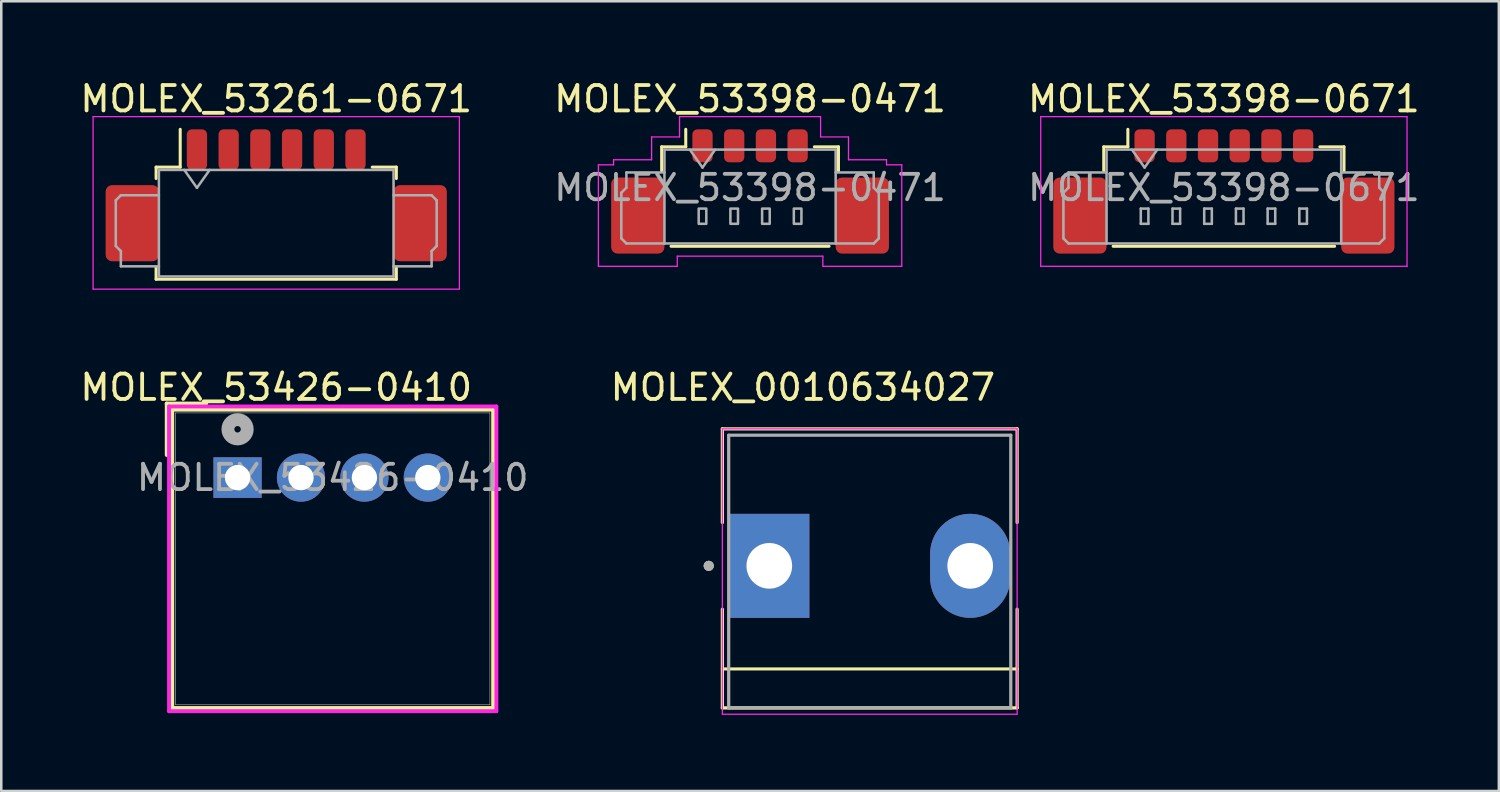
<source format=kicad_pcb>
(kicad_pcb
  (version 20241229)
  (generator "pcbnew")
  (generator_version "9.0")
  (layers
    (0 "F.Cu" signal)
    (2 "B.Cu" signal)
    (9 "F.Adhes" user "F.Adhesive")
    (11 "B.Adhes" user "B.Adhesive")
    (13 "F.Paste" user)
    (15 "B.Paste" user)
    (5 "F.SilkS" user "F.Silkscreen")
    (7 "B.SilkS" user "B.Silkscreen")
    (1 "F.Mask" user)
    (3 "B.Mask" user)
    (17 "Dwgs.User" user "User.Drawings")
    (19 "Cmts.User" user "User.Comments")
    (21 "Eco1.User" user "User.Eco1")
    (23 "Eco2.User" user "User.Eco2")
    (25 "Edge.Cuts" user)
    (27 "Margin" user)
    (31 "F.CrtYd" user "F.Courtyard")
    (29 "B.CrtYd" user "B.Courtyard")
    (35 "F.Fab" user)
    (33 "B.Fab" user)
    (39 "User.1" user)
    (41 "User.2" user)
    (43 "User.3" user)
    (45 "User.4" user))
  (footprint "MOLEX_0010634027"
    (layer "F.Cu")
    (at 31.236 19.256)
    (property "Reference" "MOLEX_0010634027" (at -2.635 -7.035 0) (layer "F.SilkS") (effects (font (size 1 1) (thickness 0.15))))
    (attr through_hole)
    (fp_line (start -5.81 -5.4) (end -5.81 -1.708) (stroke (width 0.127) (type solid)) (layer "F.SilkS"))
    (fp_line (start -5.81 4.064) (end 5.81 4.064) (stroke (width 0.12) (type solid)) (layer "F.SilkS"))
    (fp_line (start -5.81 5.6) (end -5.81 1.708) (stroke (width 0.127) (type solid)) (layer "F.SilkS"))
    (fp_line (start -5.81 5.6) (end 5.81 5.6) (stroke (width 0.127) (type solid)) (layer "F.SilkS"))
    (fp_line (start 5.81 -5.4) (end -5.81 -5.4) (stroke (width 0.127) (type solid)) (layer "F.SilkS"))
    (fp_line (start 5.81 -1.708) (end 5.81 -5.4) (stroke (width 0.127) (type solid)) (layer "F.SilkS"))
    (fp_line (start 5.81 5.6) (end 5.81 1.708) (stroke (width 0.127) (type solid)) (layer "F.SilkS"))
    (fp_circle (center -6.348 0) (end -6.247 0) (stroke (width 0.2) (type solid)) (fill no) (layer "F.SilkS"))
    (fp_line (start -5.81 -5.4) (end -5.81 5.85) (stroke (width 0.05) (type solid)) (layer "F.CrtYd"))
    (fp_line (start -5.81 5.85) (end 5.81 5.85) (stroke (width 0.05) (type solid)) (layer "F.CrtYd"))
    (fp_line (start 5.81 -5.4) (end -5.81 -5.4) (stroke (width 0.05) (type solid)) (layer "F.CrtYd"))
    (fp_line (start 5.81 5.85) (end 5.81 -5.4) (stroke (width 0.05) (type solid)) (layer "F.CrtYd"))
    (fp_line (start -5.56 -5.15) (end -5.56 5.6) (stroke (width 0.127) (type solid)) (layer "F.Fab"))
    (fp_line (start -5.56 5.6) (end 5.56 5.6) (stroke (width 0.127) (type solid)) (layer "F.Fab"))
    (fp_line (start 5.56 -5.15) (end -5.56 -5.15) (stroke (width 0.127) (type solid)) (layer "F.Fab"))
    (fp_line (start 5.56 5.6) (end 5.56 -5.15) (stroke (width 0.127) (type solid)) (layer "F.Fab"))
    (fp_circle (center -6.348 0) (end -6.247 0) (stroke (width 0.2) (type solid)) (fill no) (layer "F.Fab"))
    (pad "1" thru_hole rect (at -3.96 0) (size 3.16 4.1) (drill 1.8) (layers "*.Cu" "*.Mask"))
    (pad "2" thru_hole oval (at 3.96 0) (size 3.16 4.1) (drill 1.8) (layers "*.Cu" "*.Mask")))
  (footprint "MOLEX_53261-0671"
    (layer "F.Cu")
    (at 7.839 5.248)
    (property "Reference" "MOLEX_53261-0671" (at 0 -4.4 0) (layer "F.SilkS") (effects (font (size 1 1) (thickness 0.15))))
    (attr smd)
    (fp_line (start -4.735 -1.71) (end -3.785 -1.71) (stroke (width 0.12) (type solid)) (layer "F.SilkS"))
    (fp_line (start -4.735 -1.26) (end -4.735 -1.71) (stroke (width 0.12) (type solid)) (layer "F.SilkS"))
    (fp_line (start -4.735 2.26) (end -4.735 2.71) (stroke (width 0.12) (type solid)) (layer "F.SilkS"))
    (fp_line (start -4.735 2.71) (end 4.735 2.71) (stroke (width 0.12) (type solid)) (layer "F.SilkS"))
    (fp_line (start -3.785 -1.71) (end -3.785 -3.2) (stroke (width 0.12) (type solid)) (layer "F.SilkS"))
    (fp_line (start 4.735 -1.71) (end 3.785 -1.71) (stroke (width 0.12) (type solid)) (layer "F.SilkS"))
    (fp_line (start 4.735 -1.26) (end 4.735 -1.71) (stroke (width 0.12) (type solid)) (layer "F.SilkS"))
    (fp_line (start 4.735 2.71) (end 4.735 2.26) (stroke (width 0.12) (type solid)) (layer "F.SilkS"))
    (fp_line (start -7.22 -3.7) (end -7.22 3.1) (stroke (width 0.05) (type solid)) (layer "F.CrtYd"))
    (fp_line (start -7.22 3.1) (end 7.22 3.1) (stroke (width 0.05) (type solid)) (layer "F.CrtYd"))
    (fp_line (start 7.22 -3.7) (end -7.22 -3.7) (stroke (width 0.05) (type solid)) (layer "F.CrtYd"))
    (fp_line (start 7.22 3.1) (end 7.22 -3.7) (stroke (width 0.05) (type solid)) (layer "F.CrtYd"))
    (fp_line (start -6.325 -0.4) (end -6.325 1.4) (stroke (width 0.1) (type solid)) (layer "F.Fab"))
    (fp_line (start -6.325 1.4) (end -6.125 1.6) (stroke (width 0.1) (type solid)) (layer "F.Fab"))
    (fp_line (start -6.125 -0.6) (end -6.325 -0.4) (stroke (width 0.1) (type solid)) (layer "F.Fab"))
    (fp_line (start -6.125 1.6) (end -6.125 2.2) (stroke (width 0.1) (type solid)) (layer "F.Fab"))
    (fp_line (start -6.125 2.2) (end -4.625 2.2) (stroke (width 0.1) (type solid)) (layer "F.Fab"))
    (fp_line (start -4.625 -1.6) (end -4.625 2.6) (stroke (width 0.1) (type solid)) (layer "F.Fab"))
    (fp_line (start -4.625 -1.6) (end 4.625 -1.6) (stroke (width 0.1) (type solid)) (layer "F.Fab"))
    (fp_line (start -4.625 -0.6) (end -6.125 -0.6) (stroke (width 0.1) (type solid)) (layer "F.Fab"))
    (fp_line (start -4.625 2.6) (end 4.625 2.6) (stroke (width 0.1) (type solid)) (layer "F.Fab"))
    (fp_line (start -3.625 -1.6) (end -3.125 -0.893) (stroke (width 0.1) (type solid)) (layer "F.Fab"))
    (fp_line (start -3.125 -0.893) (end -2.625 -1.6) (stroke (width 0.1) (type solid)) (layer "F.Fab"))
    (fp_line (start 4.625 -1.6) (end 4.625 2.6) (stroke (width 0.1) (type solid)) (layer "F.Fab"))
    (fp_line (start 4.625 -0.6) (end 6.125 -0.6) (stroke (width 0.1) (type solid)) (layer "F.Fab"))
    (fp_line (start 6.125 -0.6) (end 6.325 -0.4) (stroke (width 0.1) (type solid)) (layer "F.Fab"))
    (fp_line (start 6.125 1.6) (end 6.125 2.2) (stroke (width 0.1) (type solid)) (layer "F.Fab"))
    (fp_line (start 6.125 2.2) (end 4.625 2.2) (stroke (width 0.1) (type solid)) (layer "F.Fab"))
    (fp_line (start 6.325 -0.4) (end 6.325 1.4) (stroke (width 0.1) (type solid)) (layer "F.Fab"))
    (fp_line (start 6.325 1.4) (end 6.125 1.6) (stroke (width 0.1) (type solid)) (layer "F.Fab"))
    (pad "1" smd roundrect (at -3.125 -2.4) (size 0.8 1.6) (layers "F.Cu" "F.Mask" "F.Paste") (roundrect_rratio 0.25))
    (pad "2" smd roundrect (at -1.875 -2.4) (size 0.8 1.6) (layers "F.Cu" "F.Mask" "F.Paste") (roundrect_rratio 0.25))
    (pad "3" smd roundrect (at -0.625 -2.4) (size 0.8 1.6) (layers "F.Cu" "F.Mask" "F.Paste") (roundrect_rratio 0.25))
    (pad "4" smd roundrect (at 0.625 -2.4) (size 0.8 1.6) (layers "F.Cu" "F.Mask" "F.Paste") (roundrect_rratio 0.25))
    (pad "5" smd roundrect (at 1.875 -2.4) (size 0.8 1.6) (layers "F.Cu" "F.Mask" "F.Paste") (roundrect_rratio 0.25))
    (pad "6" smd roundrect (at 3.125 -2.4) (size 0.8 1.6) (layers "F.Cu" "F.Mask" "F.Paste") (roundrect_rratio 0.25))
    (pad "MP" smd roundrect (at -5.675 0.5) (size 2.1 3) (layers "F.Cu" "F.Mask" "F.Paste") (roundrect_rratio 0.119))
    (pad "MP" smd roundrect (at 5.675 0.5) (size 2.1 3) (layers "F.Cu" "F.Mask" "F.Paste") (roundrect_rratio 0.119)))
  (footprint "MOLEX_53426-0410"
    (layer "F.Cu")
    (at 6.315 15.777)
    (property "Reference" "MOLEX_53426-0410" (at 1.524 -3.556 0) (unlocked yes) (layer "F.SilkS") (effects (font (size 1 1) (thickness 0.15))))
    (attr through_hole)
    (fp_line (start -2.794 -2.921) (end -2.794 -0.889) (stroke (width 0.15) (type solid)) (layer "F.SilkS"))
    (fp_line (start -2.794 -2.921) (end -1.235 -2.921) (stroke (width 0.15) (type solid)) (layer "F.SilkS"))
    (fp_line (start -2.575 -2.677) (end -2.575 9.083) (stroke (width 0.152) (type solid)) (layer "F.SilkS"))
    (fp_line (start -2.575 9.083) (end 10.075 9.083) (stroke (width 0.152) (type solid)) (layer "F.SilkS"))
    (fp_line (start 10.075 -2.677) (end -2.575 -2.677) (stroke (width 0.152) (type solid)) (layer "F.SilkS"))
    (fp_line (start 10.075 9.083) (end 10.075 -2.677) (stroke (width 0.152) (type solid)) (layer "F.SilkS"))
    (fp_line (start -2.702 -2.804) (end -2.702 9.21) (stroke (width 0.152) (type solid)) (layer "F.CrtYd"))
    (fp_line (start -2.702 9.21) (end 10.202 9.21) (stroke (width 0.152) (type solid)) (layer "F.CrtYd"))
    (fp_line (start 10.202 -2.804) (end -2.702 -2.804) (stroke (width 0.152) (type solid)) (layer "F.CrtYd"))
    (fp_line (start 10.202 9.21) (end 10.202 -2.804) (stroke (width 0.152) (type solid)) (layer "F.CrtYd"))
    (fp_line (start -2.448 -2.55) (end -2.448 8.956) (stroke (width 0.025) (type solid)) (layer "F.Fab"))
    (fp_line (start -2.448 8.956) (end 9.948 8.956) (stroke (width 0.025) (type solid)) (layer "F.Fab"))
    (fp_line (start 9.948 -2.55) (end -2.448 -2.55) (stroke (width 0.025) (type solid)) (layer "F.Fab"))
    (fp_line (start 9.948 8.956) (end 9.948 -2.55) (stroke (width 0.025) (type solid)) (layer "F.Fab"))
    (fp_circle (center 0 -1.905) (end 0.381 -1.905) (stroke (width 0.508) (type solid)) (fill no) (layer "F.Fab"))
    (fp_text user "${REFERENCE}" (at 3.75 0 0) (unlocked yes) (layer "F.Fab") (effects (font (size 1 1) (thickness 0.15))))
    (pad "1" thru_hole rect (at 0 0) (size 1.9 1.6) (drill 1) (layers "*.Cu" "*.Mask"))
    (pad "2" thru_hole circle (at 2.5 0) (size 1.9 1.9) (drill 1) (layers "*.Cu" "*.Mask"))
    (pad "3" thru_hole circle (at 5 0) (size 1.9 1.9) (drill 1) (layers "*.Cu" "*.Mask"))
    (pad "4" thru_hole circle (at 7.5 0) (size 1.9 1.9) (drill 1) (layers "*.Cu" "*.Mask")))
  (footprint "MOLEX_53398-0471"
    (layer "F.Cu")
    (at 26.518 3.948)
    (property "Reference" "MOLEX_53398-0471" (at 0 -3.1 0) (layer "F.SilkS") (effects (font (size 1 1) (thickness 0.15))))
    (attr smd)
    (fp_line (start -3.485 -1.21) (end -2.535 -1.21) (stroke (width 0.12) (type solid)) (layer "F.SilkS"))
    (fp_line (start -3.485 -0.26) (end -3.485 -1.21) (stroke (width 0.12) (type solid)) (layer "F.SilkS"))
    (fp_line (start -3.115 2.71) (end 3.115 2.71) (stroke (width 0.12) (type solid)) (layer "F.SilkS"))
    (fp_line (start -2.535 -1.21) (end -2.535 -1.9) (stroke (width 0.12) (type solid)) (layer "F.SilkS"))
    (fp_line (start 3.485 -1.21) (end 2.535 -1.21) (stroke (width 0.12) (type solid)) (layer "F.SilkS"))
    (fp_line (start 3.485 -0.26) (end 3.485 -1.21) (stroke (width 0.12) (type solid)) (layer "F.SilkS"))
    (fp_line (start -5.98 -0.5) (end -5.38 -0.5) (stroke (width 0.05) (type solid)) (layer "F.CrtYd"))
    (fp_line (start -5.98 3.5) (end -5.98 -0.5) (stroke (width 0.05) (type solid)) (layer "F.CrtYd"))
    (fp_line (start -5.38 -0.7) (end -3.88 -0.7) (stroke (width 0.05) (type solid)) (layer "F.CrtYd"))
    (fp_line (start -5.38 -0.5) (end -5.38 -0.7) (stroke (width 0.05) (type solid)) (layer "F.CrtYd"))
    (fp_line (start -3.88 -1.6) (end -2.78 -1.6) (stroke (width 0.05) (type solid)) (layer "F.CrtYd"))
    (fp_line (start -3.88 -0.7) (end -3.88 -1.6) (stroke (width 0.05) (type solid)) (layer "F.CrtYd"))
    (fp_line (start -2.87 3.1) (end -2.87 3.5) (stroke (width 0.05) (type solid)) (layer "F.CrtYd"))
    (fp_line (start -2.87 3.5) (end -5.98 3.5) (stroke (width 0.05) (type solid)) (layer "F.CrtYd"))
    (fp_line (start -2.78 -2.4) (end 2.78 -2.4) (stroke (width 0.05) (type solid)) (layer "F.CrtYd"))
    (fp_line (start -2.78 -1.6) (end -2.78 -2.4) (stroke (width 0.05) (type solid)) (layer "F.CrtYd"))
    (fp_line (start 2.78 -2.4) (end 2.78 -1.6) (stroke (width 0.05) (type solid)) (layer "F.CrtYd"))
    (fp_line (start 2.78 -1.6) (end 3.88 -1.6) (stroke (width 0.05) (type solid)) (layer "F.CrtYd"))
    (fp_line (start 2.87 3.1) (end -2.87 3.1) (stroke (width 0.05) (type solid)) (layer "F.CrtYd"))
    (fp_line (start 2.87 3.5) (end 2.87 3.1) (stroke (width 0.05) (type solid)) (layer "F.CrtYd"))
    (fp_line (start 3.88 -1.6) (end 3.88 -0.7) (stroke (width 0.05) (type solid)) (layer "F.CrtYd"))
    (fp_line (start 3.88 -0.7) (end 5.38 -0.7) (stroke (width 0.05) (type solid)) (layer "F.CrtYd"))
    (fp_line (start 5.38 -0.7) (end 5.38 -0.5) (stroke (width 0.05) (type solid)) (layer "F.CrtYd"))
    (fp_line (start 5.38 -0.5) (end 5.98 -0.5) (stroke (width 0.05) (type solid)) (layer "F.CrtYd"))
    (fp_line (start 5.98 -0.5) (end 5.98 3.5) (stroke (width 0.05) (type solid)) (layer "F.CrtYd"))
    (fp_line (start 5.98 3.5) (end 2.87 3.5) (stroke (width 0.05) (type solid)) (layer "F.CrtYd"))
    (fp_line (start -5.075 0.6) (end -4.875 0.4) (stroke (width 0.1) (type solid)) (layer "F.Fab"))
    (fp_line (start -5.075 2.4) (end -5.075 0.6) (stroke (width 0.1) (type solid)) (layer "F.Fab"))
    (fp_line (start -4.875 -0.2) (end -3.375 -0.2) (stroke (width 0.1) (type solid)) (layer "F.Fab"))
    (fp_line (start -4.875 0.4) (end -4.875 -0.2) (stroke (width 0.1) (type solid)) (layer "F.Fab"))
    (fp_line (start -4.875 2.6) (end -5.075 2.4) (stroke (width 0.1) (type solid)) (layer "F.Fab"))
    (fp_line (start -3.375 -1.1) (end -3.375 2.6) (stroke (width 0.1) (type solid)) (layer "F.Fab"))
    (fp_line (start -3.375 -1.1) (end 3.375 -1.1) (stroke (width 0.1) (type solid)) (layer "F.Fab"))
    (fp_line (start -3.375 2.6) (end -4.875 2.6) (stroke (width 0.1) (type solid)) (layer "F.Fab"))
    (fp_line (start -3.375 2.6) (end 3.375 2.6) (stroke (width 0.1) (type solid)) (layer "F.Fab"))
    (fp_line (start -2.375 -1.1) (end -1.875 -0.393) (stroke (width 0.1) (type solid)) (layer "F.Fab"))
    (fp_line (start -1.875 -0.393) (end -1.375 -1.1) (stroke (width 0.1) (type solid)) (layer "F.Fab"))
    (fp_line (start 3.375 -1.1) (end 3.375 2.6) (stroke (width 0.1) (type solid)) (layer "F.Fab"))
    (fp_line (start 3.375 2.6) (end 4.875 2.6) (stroke (width 0.1) (type solid)) (layer "F.Fab"))
    (fp_line (start 4.875 -0.2) (end 3.375 -0.2) (stroke (width 0.1) (type solid)) (layer "F.Fab"))
    (fp_line (start 4.875 0.4) (end 4.875 -0.2) (stroke (width 0.1) (type solid)) (layer "F.Fab"))
    (fp_line (start 4.875 2.6) (end 5.075 2.4) (stroke (width 0.1) (type solid)) (layer "F.Fab"))
    (fp_line (start 5.075 0.6) (end 4.875 0.4) (stroke (width 0.1) (type solid)) (layer "F.Fab"))
    (fp_line (start 5.075 2.4) (end 5.075 0.6) (stroke (width 0.1) (type solid)) (layer "F.Fab"))
    (fp_rect (start -2.025 1.225) (end -1.725 1.825) (stroke (width 0.1) (type solid)) (fill no) (layer "F.Fab"))
    (fp_rect (start -0.775 1.225) (end -0.475 1.825) (stroke (width 0.1) (type solid)) (fill no) (layer "F.Fab"))
    (fp_rect (start 0.475 1.225) (end 0.775 1.825) (stroke (width 0.1) (type solid)) (fill no) (layer "F.Fab"))
    (fp_rect (start 1.725 1.225) (end 2.025 1.825) (stroke (width 0.1) (type solid)) (fill no) (layer "F.Fab"))
    (fp_text user "${REFERENCE}" (at 0 0.4 0) (layer "F.Fab") (effects (font (size 1 1) (thickness 0.15))))
    (pad "1" smd roundrect (at -1.875 -1.25) (size 0.8 1.3) (layers "F.Cu" "F.Mask" "F.Paste") (roundrect_rratio 0.25))
    (pad "2" smd roundrect (at -0.625 -1.25) (size 0.8 1.3) (layers "F.Cu" "F.Mask" "F.Paste") (roundrect_rratio 0.25))
    (pad "3" smd roundrect (at 0.625 -1.25) (size 0.8 1.3) (layers "F.Cu" "F.Mask" "F.Paste") (roundrect_rratio 0.25))
    (pad "4" smd roundrect (at 1.875 -1.25) (size 0.8 1.3) (layers "F.Cu" "F.Mask" "F.Paste") (roundrect_rratio 0.25))
    (pad "MP" smd roundrect (at -4.425 1.5) (size 2.1 3) (layers "F.Cu" "F.Mask" "F.Paste") (roundrect_rratio 0.119))
    (pad "MP" smd roundrect (at 4.425 1.5) (size 2.1 3) (layers "F.Cu" "F.Mask" "F.Paste") (roundrect_rratio 0.119)))
  (footprint "MOLEX_53398-0671"
    (layer "F.Cu")
    (at 45.196 3.948)
    (property "Reference" "MOLEX_53398-0671" (at 0 -3.1 0) (layer "F.SilkS") (effects (font (size 1 1) (thickness 0.15))))
    (attr smd)
    (fp_line (start -4.735 -1.21) (end -3.785 -1.21) (stroke (width 0.12) (type solid)) (layer "F.SilkS"))
    (fp_line (start -4.735 -0.26) (end -4.735 -1.21) (stroke (width 0.12) (type solid)) (layer "F.SilkS"))
    (fp_line (start -4.365 2.71) (end 4.365 2.71) (stroke (width 0.12) (type solid)) (layer "F.SilkS"))
    (fp_line (start -3.785 -1.21) (end -3.785 -1.9) (stroke (width 0.12) (type solid)) (layer "F.SilkS"))
    (fp_line (start 4.735 -1.21) (end 3.785 -1.21) (stroke (width 0.12) (type solid)) (layer "F.SilkS"))
    (fp_line (start 4.735 -0.26) (end 4.735 -1.21) (stroke (width 0.12) (type solid)) (layer "F.SilkS"))
    (fp_line (start -7.22 -2.4) (end -7.22 3.5) (stroke (width 0.05) (type solid)) (layer "F.CrtYd"))
    (fp_line (start -7.22 3.5) (end 7.22 3.5) (stroke (width 0.05) (type solid)) (layer "F.CrtYd"))
    (fp_line (start 7.22 -2.4) (end -7.22 -2.4) (stroke (width 0.05) (type solid)) (layer "F.CrtYd"))
    (fp_line (start 7.22 3.5) (end 7.22 -2.4) (stroke (width 0.05) (type solid)) (layer "F.CrtYd"))
    (fp_line (start -6.325 0.6) (end -6.125 0.4) (stroke (width 0.1) (type solid)) (layer "F.Fab"))
    (fp_line (start -6.325 2.4) (end -6.325 0.6) (stroke (width 0.1) (type solid)) (layer "F.Fab"))
    (fp_line (start -6.125 -0.2) (end -4.625 -0.2) (stroke (width 0.1) (type solid)) (layer "F.Fab"))
    (fp_line (start -6.125 0.4) (end -6.125 -0.2) (stroke (width 0.1) (type solid)) (layer "F.Fab"))
    (fp_line (start -6.125 2.6) (end -6.325 2.4) (stroke (width 0.1) (type solid)) (layer "F.Fab"))
    (fp_line (start -4.625 -1.1) (end -4.625 2.6) (stroke (width 0.1) (type solid)) (layer "F.Fab"))
    (fp_line (start -4.625 -1.1) (end 4.625 -1.1) (stroke (width 0.1) (type solid)) (layer "F.Fab"))
    (fp_line (start -4.625 2.6) (end -6.125 2.6) (stroke (width 0.1) (type solid)) (layer "F.Fab"))
    (fp_line (start -4.625 2.6) (end 4.625 2.6) (stroke (width 0.1) (type solid)) (layer "F.Fab"))
    (fp_line (start -3.625 -1.1) (end -3.125 -0.393) (stroke (width 0.1) (type solid)) (layer "F.Fab"))
    (fp_line (start -3.275 1.225) (end -3.275 1.825) (stroke (width 0.1) (type solid)) (layer "F.Fab"))
    (fp_line (start -3.275 1.825) (end -2.975 1.825) (stroke (width 0.1) (type solid)) (layer "F.Fab"))
    (fp_line (start -3.125 -0.393) (end -2.625 -1.1) (stroke (width 0.1) (type solid)) (layer "F.Fab"))
    (fp_line (start -2.975 1.225) (end -3.275 1.225) (stroke (width 0.1) (type solid)) (layer "F.Fab"))
    (fp_line (start -2.975 1.825) (end -2.975 1.225) (stroke (width 0.1) (type solid)) (layer "F.Fab"))
    (fp_line (start -2.025 1.225) (end -2.025 1.825) (stroke (width 0.1) (type solid)) (layer "F.Fab"))
    (fp_line (start -2.025 1.825) (end -1.725 1.825) (stroke (width 0.1) (type solid)) (layer "F.Fab"))
    (fp_line (start -1.725 1.225) (end -2.025 1.225) (stroke (width 0.1) (type solid)) (layer "F.Fab"))
    (fp_line (start -1.725 1.825) (end -1.725 1.225) (stroke (width 0.1) (type solid)) (layer "F.Fab"))
    (fp_line (start -0.775 1.225) (end -0.775 1.825) (stroke (width 0.1) (type solid)) (layer "F.Fab"))
    (fp_line (start -0.775 1.825) (end -0.475 1.825) (stroke (width 0.1) (type solid)) (layer "F.Fab"))
    (fp_line (start -0.475 1.225) (end -0.775 1.225) (stroke (width 0.1) (type solid)) (layer "F.Fab"))
    (fp_line (start -0.475 1.825) (end -0.475 1.225) (stroke (width 0.1) (type solid)) (layer "F.Fab"))
    (fp_line (start 0.475 1.225) (end 0.475 1.825) (stroke (width 0.1) (type solid)) (layer "F.Fab"))
    (fp_line (start 0.475 1.825) (end 0.775 1.825) (stroke (width 0.1) (type solid)) (layer "F.Fab"))
    (fp_line (start 0.775 1.225) (end 0.475 1.225) (stroke (width 0.1) (type solid)) (layer "F.Fab"))
    (fp_line (start 0.775 1.825) (end 0.775 1.225) (stroke (width 0.1) (type solid)) (layer "F.Fab"))
    (fp_line (start 1.725 1.225) (end 1.725 1.825) (stroke (width 0.1) (type solid)) (layer "F.Fab"))
    (fp_line (start 1.725 1.825) (end 2.025 1.825) (stroke (width 0.1) (type solid)) (layer "F.Fab"))
    (fp_line (start 2.025 1.225) (end 1.725 1.225) (stroke (width 0.1) (type solid)) (layer "F.Fab"))
    (fp_line (start 2.025 1.825) (end 2.025 1.225) (stroke (width 0.1) (type solid)) (layer "F.Fab"))
    (fp_line (start 2.975 1.225) (end 2.975 1.825) (stroke (width 0.1) (type solid)) (layer "F.Fab"))
    (fp_line (start 2.975 1.825) (end 3.275 1.825) (stroke (width 0.1) (type solid)) (layer "F.Fab"))
    (fp_line (start 3.275 1.225) (end 2.975 1.225) (stroke (width 0.1) (type solid)) (layer "F.Fab"))
    (fp_line (start 3.275 1.825) (end 3.275 1.225) (stroke (width 0.1) (type solid)) (layer "F.Fab"))
    (fp_line (start 4.625 -1.1) (end 4.625 2.6) (stroke (width 0.1) (type solid)) (layer "F.Fab"))
    (fp_line (start 4.625 2.6) (end 6.125 2.6) (stroke (width 0.1) (type solid)) (layer "F.Fab"))
    (fp_line (start 6.125 -0.2) (end 4.625 -0.2) (stroke (width 0.1) (type solid)) (layer "F.Fab"))
    (fp_line (start 6.125 0.4) (end 6.125 -0.2) (stroke (width 0.1) (type solid)) (layer "F.Fab"))
    (fp_line (start 6.125 2.6) (end 6.325 2.4) (stroke (width 0.1) (type solid)) (layer "F.Fab"))
    (fp_line (start 6.325 0.6) (end 6.125 0.4) (stroke (width 0.1) (type solid)) (layer "F.Fab"))
    (fp_line (start 6.325 2.4) (end 6.325 0.6) (stroke (width 0.1) (type solid)) (layer "F.Fab"))
    (fp_text user "${REFERENCE}" (at 0 0.4 0) (layer "F.Fab") (effects (font (size 1 1) (thickness 0.15))))
    (pad "1" smd roundrect (at -3.125 -1.25) (size 0.8 1.3) (layers "F.Cu" "F.Mask" "F.Paste") (roundrect_rratio 0.25))
    (pad "2" smd roundrect (at -1.875 -1.25) (size 0.8 1.3) (layers "F.Cu" "F.Mask" "F.Paste") (roundrect_rratio 0.25))
    (pad "3" smd roundrect (at -0.625 -1.25) (size 0.8 1.3) (layers "F.Cu" "F.Mask" "F.Paste") (roundrect_rratio 0.25))
    (pad "4" smd roundrect (at 0.625 -1.25) (size 0.8 1.3) (layers "F.Cu" "F.Mask" "F.Paste") (roundrect_rratio 0.25))
    (pad "5" smd roundrect (at 1.875 -1.25) (size 0.8 1.3) (layers "F.Cu" "F.Mask" "F.Paste") (roundrect_rratio 0.25))
    (pad "6" smd roundrect (at 3.125 -1.25) (size 0.8 1.3) (layers "F.Cu" "F.Mask" "F.Paste") (roundrect_rratio 0.25))
    (pad "MP" smd roundrect (at -5.675 1.5) (size 2.1 3) (layers "F.Cu" "F.Mask" "F.Paste") (roundrect_rratio 0.119))
    (pad "MP" smd roundrect (at 5.675 1.5) (size 2.1 3) (layers "F.Cu" "F.Mask" "F.Paste") (roundrect_rratio 0.119)))
  (gr_rect
    (start -3 -3)
    (end 56.036 28.131)
    (stroke (width 0.1) (type default))
    (fill no)
    (layer "Edge.Cuts")))
</source>
